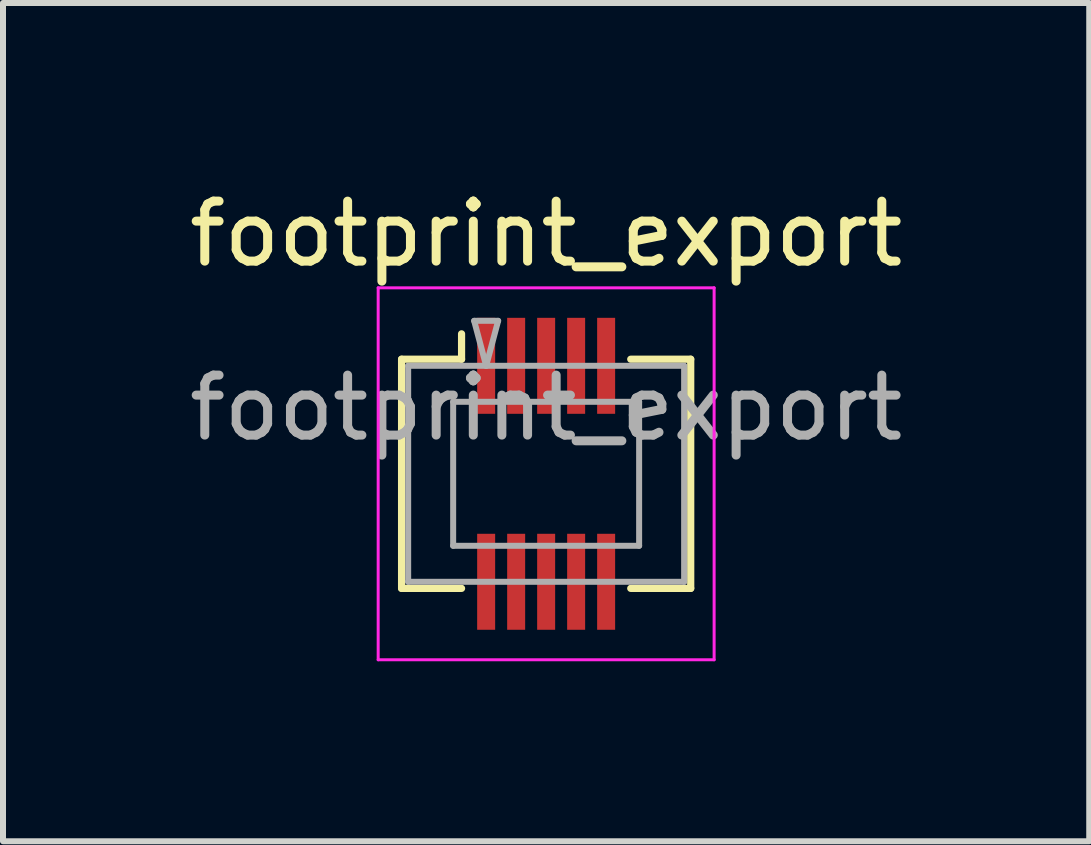
<source format=kicad_pcb>
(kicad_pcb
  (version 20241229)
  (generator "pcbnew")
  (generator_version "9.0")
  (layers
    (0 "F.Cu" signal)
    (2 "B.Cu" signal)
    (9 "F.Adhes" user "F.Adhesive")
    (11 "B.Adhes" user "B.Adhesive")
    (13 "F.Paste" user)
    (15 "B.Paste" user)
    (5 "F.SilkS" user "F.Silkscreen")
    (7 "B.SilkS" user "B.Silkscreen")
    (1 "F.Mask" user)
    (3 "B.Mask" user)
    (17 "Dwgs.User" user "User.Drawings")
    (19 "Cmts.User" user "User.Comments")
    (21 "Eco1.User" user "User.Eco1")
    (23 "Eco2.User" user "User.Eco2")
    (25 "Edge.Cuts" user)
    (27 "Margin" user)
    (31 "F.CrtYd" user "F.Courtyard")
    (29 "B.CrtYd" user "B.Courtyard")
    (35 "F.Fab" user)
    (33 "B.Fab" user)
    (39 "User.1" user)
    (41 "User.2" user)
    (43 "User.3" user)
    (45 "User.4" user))
  (footprint "footprint_export"
    (layer "F.Cu")
    (at 6.054 4.848)
    (property "Reference" "footprint_export" (at 0 -4 0) (layer "F.SilkS") (effects (font (size 1 1) (thickness 0.15))))
    (attr smd)
    (fp_line (start -2.41 -1.91) (end -1.41 -1.91) (stroke (width 0.12) (type solid)) (layer "F.SilkS"))
    (fp_line (start -2.41 1.91) (end -2.41 -1.91) (stroke (width 0.12) (type solid)) (layer "F.SilkS"))
    (fp_line (start -1.41 -1.91) (end -1.41 -2.333) (stroke (width 0.12) (type solid)) (layer "F.SilkS"))
    (fp_line (start -1.41 1.91) (end -2.41 1.91) (stroke (width 0.12) (type solid)) (layer "F.SilkS"))
    (fp_line (start 1.41 1.91) (end 2.41 1.91) (stroke (width 0.12) (type solid)) (layer "F.SilkS"))
    (fp_line (start 2.41 -1.91) (end 1.41 -1.91) (stroke (width 0.12) (type solid)) (layer "F.SilkS"))
    (fp_line (start 2.41 1.91) (end 2.41 -1.91) (stroke (width 0.12) (type solid)) (layer "F.SilkS"))
    (fp_line (start -2.8 -3.1) (end -2.8 3.1) (stroke (width 0.05) (type solid)) (layer "F.CrtYd"))
    (fp_line (start -2.8 3.1) (end 2.8 3.1) (stroke (width 0.05) (type solid)) (layer "F.CrtYd"))
    (fp_line (start 2.8 -3.1) (end -2.8 -3.1) (stroke (width 0.05) (type solid)) (layer "F.CrtYd"))
    (fp_line (start 2.8 3.1) (end 2.8 -3.1) (stroke (width 0.05) (type solid)) (layer "F.CrtYd"))
    (fp_line (start -2.3 -1.8) (end 2.3 -1.8) (stroke (width 0.1) (type solid)) (layer "F.Fab"))
    (fp_line (start -2.3 1.8) (end -2.3 -1.8) (stroke (width 0.1) (type solid)) (layer "F.Fab"))
    (fp_line (start -1.55 -1.2) (end 1.55 -1.2) (stroke (width 0.1) (type solid)) (layer "F.Fab"))
    (fp_line (start -1.55 1.2) (end -1.55 -1.2) (stroke (width 0.1) (type solid)) (layer "F.Fab"))
    (fp_line (start -1.2 -2.55) (end -1 -1.8) (stroke (width 0.1) (type solid)) (layer "F.Fab"))
    (fp_line (start -1 -1.8) (end -0.8 -2.55) (stroke (width 0.1) (type solid)) (layer "F.Fab"))
    (fp_line (start -0.8 -2.55) (end -1.2 -2.55) (stroke (width 0.1) (type solid)) (layer "F.Fab"))
    (fp_line (start 1.55 -1.2) (end 1.55 1.2) (stroke (width 0.1) (type solid)) (layer "F.Fab"))
    (fp_line (start 1.55 1.2) (end -1.55 1.2) (stroke (width 0.1) (type solid)) (layer "F.Fab"))
    (fp_line (start 2.3 -1.8) (end 2.3 1.8) (stroke (width 0.1) (type solid)) (layer "F.Fab"))
    (fp_line (start 2.3 1.8) (end -2.3 1.8) (stroke (width 0.1) (type solid)) (layer "F.Fab"))
    (fp_text user "${REFERENCE}" (at 0 -1.1 0) (layer "F.Fab") (effects (font (size 1 1) (thickness 0.15))))
    (pad "" smd rect (at -1 -2) (size 0.28 1.2) (layers "F.Paste"))
    (pad "" smd rect (at -1 2) (size 0.28 1.2) (layers "F.Paste"))
    (pad "" smd rect (at -0.5 -2) (size 0.28 1.2) (layers "F.Paste"))
    (pad "" smd rect (at -0.5 2) (size 0.28 1.2) (layers "F.Paste"))
    (pad "" smd rect (at 0 -2) (size 0.28 1.2) (layers "F.Paste"))
    (pad "" smd rect (at 0 2) (size 0.28 1.2) (layers "F.Paste"))
    (pad "" smd rect (at 0.5 -2) (size 0.28 1.2) (layers "F.Paste"))
    (pad "" smd rect (at 0.5 2) (size 0.28 1.2) (layers "F.Paste"))
    (pad "" smd rect (at 1 -2) (size 0.28 1.2) (layers "F.Paste"))
    (pad "" smd rect (at 1 2) (size 0.28 1.2) (layers "F.Paste"))
    (pad "1" smd rect (at -1 -1.8) (size 0.3 1.6) (layers "F.Cu" "F.Mask"))
    (pad "2" smd rect (at -0.5 -1.8) (size 0.3 1.6) (layers "F.Cu" "F.Mask"))
    (pad "3" smd rect (at 0 -1.8) (size 0.3 1.6) (layers "F.Cu" "F.Mask"))
    (pad "4" smd rect (at 0.5 -1.8) (size 0.3 1.6) (layers "F.Cu" "F.Mask"))
    (pad "5" smd rect (at 1 -1.8) (size 0.3 1.6) (layers "F.Cu" "F.Mask"))
    (pad "6" smd rect (at -1 1.8) (size 0.3 1.6) (layers "F.Cu" "F.Mask"))
    (pad "7" smd rect (at -0.5 1.8) (size 0.3 1.6) (layers "F.Cu" "F.Mask"))
    (pad "8" smd rect (at 0 1.8) (size 0.3 1.6) (layers "F.Cu" "F.Mask"))
    (pad "9" smd rect (at 0.5 1.8) (size 0.3 1.6) (layers "F.Cu" "F.Mask"))
    (pad "10" smd rect (at 1 1.8) (size 0.3 1.6) (layers "F.Cu" "F.Mask")))
  (gr_rect
    (start -3 -3)
    (end 15.107 10.973)
    (stroke (width 0.1) (type default))
    (fill no)
    (layer "Edge.Cuts")))
</source>
